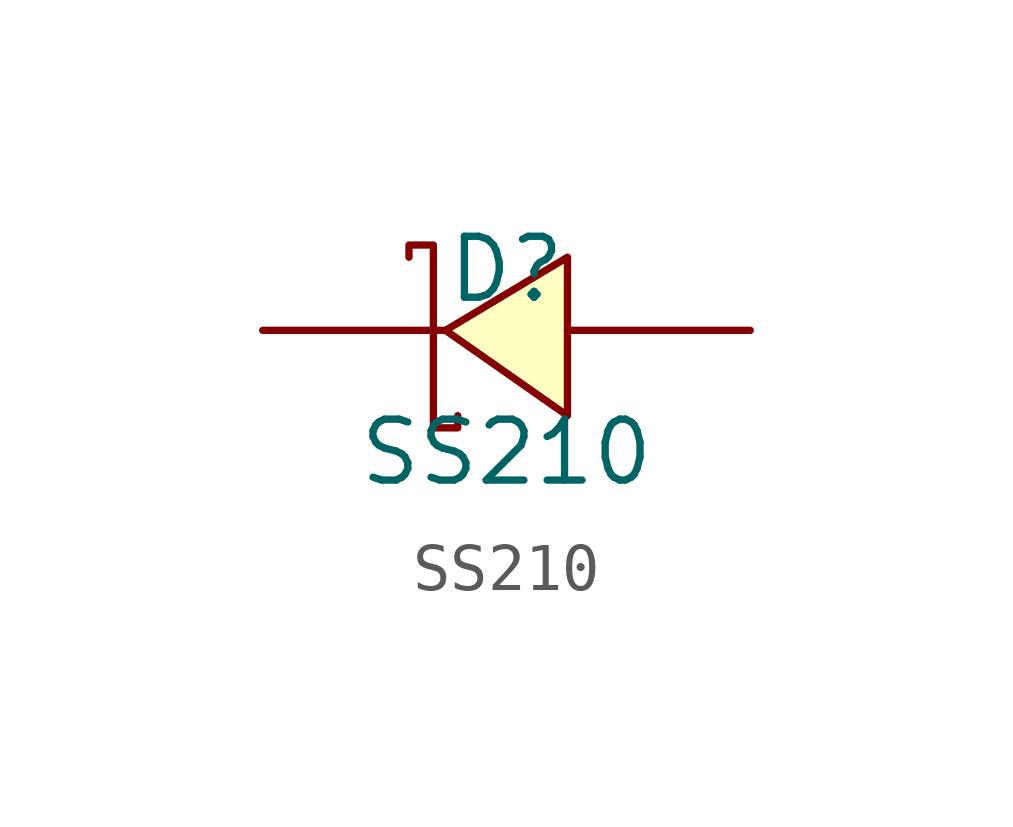
<source format=kicad_sym>
(kicad_symbol_lib
  (version 20210201)
  (generator TousstNicolas/JLC2KiCad_lib)
  (symbol "SS210"
    (pin_names hide)
    (pin_numbers hide)
    (property "Reference" "D"
      (at 0 1.27 0)
      (effects (font (size 1.27 1.27))))
    (property "Value" "SS210"
      (at 0 -2.54 0)
      (effects (font (size 1.27 1.27))))
    (symbol "SS210_0_1"
      (pin unspecified line (at 5.08 -0.0 180) (length 3.81) (name "A" (effects (font (size 1 1)))) (number "2" (effects (font (size 1 1)))))
      (pin unspecified line (at -5.08 -0.0 0) (length 3.81) (name "K" (effects (font (size 1 1)))) (number "1" (effects (font (size 1 1)))))
      (polyline (pts (xy -2.032 1.524) (xy -2.032 1.778) (xy -1.524 1.778) (xy -1.524 -2.032) (xy -1.016 -2.032) (xy -1.016 -1.778)) (stroke (width 0) (type default) (color 0 0 0 0)) (fill (type none)))
      (polyline (pts (xy 1.27 1.524) (xy -1.27 -0.0) (xy 1.27 -1.778) (xy 1.27 1.524)) (stroke (width 0) (type default) (color 0 0 0 0)) (fill (type background))))))
</source>
